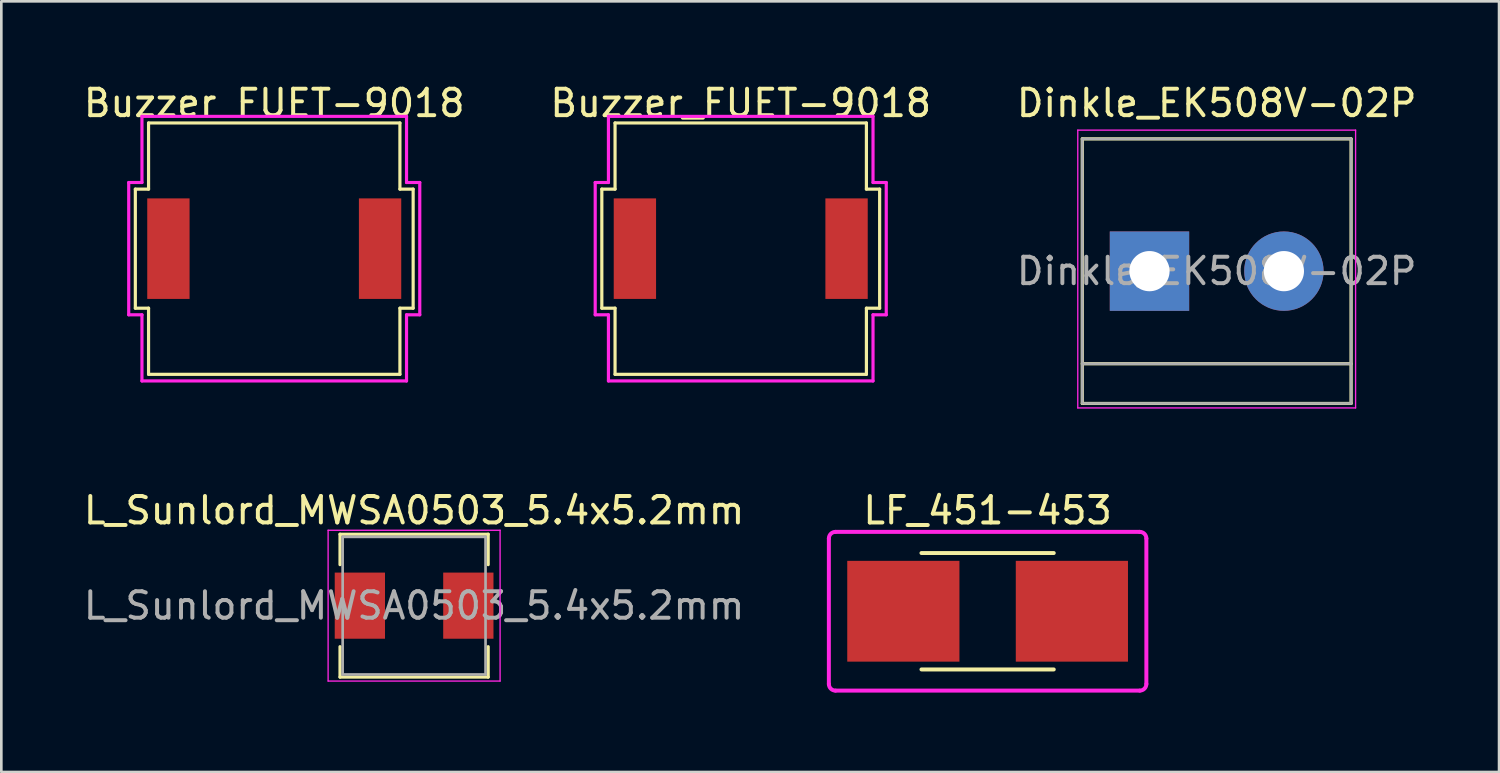
<source format=kicad_pcb>
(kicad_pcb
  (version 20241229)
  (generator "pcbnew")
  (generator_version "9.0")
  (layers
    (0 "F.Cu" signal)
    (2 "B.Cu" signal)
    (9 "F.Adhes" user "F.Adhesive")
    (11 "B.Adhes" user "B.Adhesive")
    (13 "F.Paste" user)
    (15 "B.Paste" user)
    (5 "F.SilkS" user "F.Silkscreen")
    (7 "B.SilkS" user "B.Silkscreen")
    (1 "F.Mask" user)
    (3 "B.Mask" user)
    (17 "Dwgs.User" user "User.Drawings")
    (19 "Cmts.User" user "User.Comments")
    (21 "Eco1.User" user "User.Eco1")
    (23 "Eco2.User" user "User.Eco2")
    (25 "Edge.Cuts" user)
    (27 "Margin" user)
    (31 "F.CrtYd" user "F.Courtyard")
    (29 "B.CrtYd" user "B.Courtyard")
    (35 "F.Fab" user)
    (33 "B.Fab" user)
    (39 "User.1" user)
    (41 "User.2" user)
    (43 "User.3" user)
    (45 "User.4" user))
  (footprint "Buzzer FUET-9018"
    (layer "F.Cu")
    (at 7.315 6.348)
    (property "Reference" "Buzzer FUET-9018" (at 0 -5.5 0) (layer "F.SilkS") (effects (font (size 1 1) (thickness 0.15))))
    (attr through_hole)
    (fp_line (start -5.25 -2.25) (end -5.25 2.25) (stroke (width 0.12) (type solid)) (layer "F.SilkS"))
    (fp_line (start -5.25 2.25) (end -4.75 2.25) (stroke (width 0.12) (type solid)) (layer "F.SilkS"))
    (fp_line (start -4.75 -4.75) (end -4.75 -2.25) (stroke (width 0.12) (type solid)) (layer "F.SilkS"))
    (fp_line (start -4.75 -2.25) (end -5.25 -2.25) (stroke (width 0.12) (type solid)) (layer "F.SilkS"))
    (fp_line (start -4.75 2.25) (end -4.75 4.75) (stroke (width 0.12) (type solid)) (layer "F.SilkS"))
    (fp_line (start -4.75 4.75) (end 4.75 4.75) (stroke (width 0.12) (type solid)) (layer "F.SilkS"))
    (fp_line (start 4.75 -4.75) (end -4.75 -4.75) (stroke (width 0.12) (type solid)) (layer "F.SilkS"))
    (fp_line (start 4.75 -2.25) (end 4.75 -4.75) (stroke (width 0.12) (type solid)) (layer "F.SilkS"))
    (fp_line (start 4.75 2.25) (end 5.25 2.25) (stroke (width 0.12) (type solid)) (layer "F.SilkS"))
    (fp_line (start 4.75 4.75) (end 4.75 2.25) (stroke (width 0.12) (type solid)) (layer "F.SilkS"))
    (fp_line (start 5.25 -2.25) (end 4.75 -2.25) (stroke (width 0.12) (type solid)) (layer "F.SilkS"))
    (fp_line (start 5.25 2.25) (end 5.25 -2.25) (stroke (width 0.12) (type solid)) (layer "F.SilkS"))
    (fp_line (start -5.5 -2.5) (end -5 -2.5) (stroke (width 0.12) (type solid)) (layer "F.CrtYd"))
    (fp_line (start -5.5 2.5) (end -5.5 -2.5) (stroke (width 0.12) (type solid)) (layer "F.CrtYd"))
    (fp_line (start -5 -5) (end 5 -5) (stroke (width 0.12) (type solid)) (layer "F.CrtYd"))
    (fp_line (start -5 -2.5) (end -5 -5) (stroke (width 0.12) (type solid)) (layer "F.CrtYd"))
    (fp_line (start -5 2.5) (end -5.5 2.5) (stroke (width 0.12) (type solid)) (layer "F.CrtYd"))
    (fp_line (start -5 5) (end -5 2.5) (stroke (width 0.12) (type solid)) (layer "F.CrtYd"))
    (fp_line (start 5 -5) (end 5 -2.5) (stroke (width 0.12) (type solid)) (layer "F.CrtYd"))
    (fp_line (start 5 -2.5) (end 5.5 -2.5) (stroke (width 0.12) (type solid)) (layer "F.CrtYd"))
    (fp_line (start 5 2.5) (end 5 5) (stroke (width 0.12) (type solid)) (layer "F.CrtYd"))
    (fp_line (start 5 5) (end -5 5) (stroke (width 0.12) (type solid)) (layer "F.CrtYd"))
    (fp_line (start 5.5 -2.5) (end 5.5 2.5) (stroke (width 0.12) (type solid)) (layer "F.CrtYd"))
    (fp_line (start 5.5 2.5) (end 5 2.5) (stroke (width 0.12) (type solid)) (layer "F.CrtYd"))
    (pad "1" smd rect (at -4 0) (size 1.6 3.8) (layers "F.Cu" "F.Mask" "F.Paste"))
    (pad "2" smd rect (at 4 0) (size 1.6 3.8) (layers "F.Cu" "F.Mask" "F.Paste")))
  (footprint "L_Sunlord_MWSA0503_5.4x5.2mm"
    (layer "F.Cu")
    (at 12.601 19.841)
    (property "Reference" "L_Sunlord_MWSA0503_5.4x5.2mm" (at 0 -3.6 0) (layer "F.SilkS") (effects (font (size 1 1) (thickness 0.15))))
    (attr smd)
    (fp_line (start -2.8 -2.7) (end -2.8 -1.55) (stroke (width 0.12) (type solid)) (layer "F.SilkS"))
    (fp_line (start -2.8 -2.7) (end 2.8 -2.7) (stroke (width 0.12) (type solid)) (layer "F.SilkS"))
    (fp_line (start -2.8 2.7) (end -2.8 1.55) (stroke (width 0.12) (type solid)) (layer "F.SilkS"))
    (fp_line (start -2.8 2.7) (end 2.8 2.7) (stroke (width 0.12) (type solid)) (layer "F.SilkS"))
    (fp_line (start 2.8 -2.7) (end 2.8 -1.55) (stroke (width 0.12) (type solid)) (layer "F.SilkS"))
    (fp_line (start 2.8 2.7) (end 2.8 1.55) (stroke (width 0.12) (type solid)) (layer "F.SilkS"))
    (fp_line (start -3.25 -2.85) (end 3.25 -2.85) (stroke (width 0.05) (type solid)) (layer "F.CrtYd"))
    (fp_line (start -3.25 2.85) (end -3.25 -2.85) (stroke (width 0.05) (type solid)) (layer "F.CrtYd"))
    (fp_line (start 3.25 -2.85) (end 3.25 2.85) (stroke (width 0.05) (type solid)) (layer "F.CrtYd"))
    (fp_line (start 3.25 2.85) (end -3.25 2.85) (stroke (width 0.05) (type solid)) (layer "F.CrtYd"))
    (fp_line (start -2.7 -2.6) (end 2.7 -2.6) (stroke (width 0.1) (type solid)) (layer "F.Fab"))
    (fp_line (start -2.7 2.6) (end -2.7 -2.6) (stroke (width 0.1) (type solid)) (layer "F.Fab"))
    (fp_line (start 2.7 -2.6) (end 2.7 2.6) (stroke (width 0.1) (type solid)) (layer "F.Fab"))
    (fp_line (start 2.7 2.6) (end -2.7 2.6) (stroke (width 0.1) (type solid)) (layer "F.Fab"))
    (fp_text user "${REFERENCE}" (at 0 0 0) (layer "F.Fab") (effects (font (size 1 1) (thickness 0.15))))
    (pad "1" smd rect (at -2.05 0) (size 1.9 2.5) (layers "F.Cu" "F.Mask" "F.Paste"))
    (pad "2" smd rect (at 2.05 0) (size 1.9 2.5) (layers "F.Cu" "F.Mask" "F.Paste")))
  (footprint "Dinkle_EK508V-02P"
    (layer "F.Cu")
    (at 40.395 7.198)
    (property "Reference" "Dinkle_EK508V-02P" (at 2.54 -6.35 0) (layer "F.SilkS") (effects (font (size 1 1) (thickness 0.15))))
    (attr through_hole)
    (fp_line (start -2.54 -5) (end -2.54 5) (stroke (width 0.12) (type solid)) (layer "F.SilkS"))
    (fp_line (start -2.54 5) (end 7.62 5) (stroke (width 0.12) (type solid)) (layer "F.SilkS"))
    (fp_line (start 7.62 -5) (end -2.54 -5) (stroke (width 0.12) (type solid)) (layer "F.SilkS"))
    (fp_line (start 7.62 3.5) (end -2.54 3.5) (stroke (width 0.12) (type solid)) (layer "F.SilkS"))
    (fp_line (start 7.62 5) (end 7.62 -5) (stroke (width 0.12) (type solid)) (layer "F.SilkS"))
    (fp_line (start -2.71 -5.33) (end -2.71 5.17) (stroke (width 0.05) (type solid)) (layer "F.CrtYd"))
    (fp_line (start -2.71 -5.33) (end 7.79 -5.33) (stroke (width 0.05) (type solid)) (layer "F.CrtYd"))
    (fp_line (start 7.79 5.17) (end -2.71 5.17) (stroke (width 0.05) (type solid)) (layer "F.CrtYd"))
    (fp_line (start 7.79 5.17) (end 7.79 -5.33) (stroke (width 0.05) (type solid)) (layer "F.CrtYd"))
    (fp_line (start -2.54 -5) (end -2.54 5) (stroke (width 0.1) (type solid)) (layer "F.Fab"))
    (fp_line (start -2.54 3.5) (end 7.62 3.5) (stroke (width 0.1) (type solid)) (layer "F.Fab"))
    (fp_line (start -2.46 5) (end 7.62 5) (stroke (width 0.1) (type solid)) (layer "F.Fab"))
    (fp_line (start 7.62 -5) (end -2.54 -5) (stroke (width 0.1) (type solid)) (layer "F.Fab"))
    (fp_line (start 7.62 5) (end 7.62 -5) (stroke (width 0.1) (type solid)) (layer "F.Fab"))
    (fp_text user "${REFERENCE}" (at 2.54 0 0) (layer "F.Fab") (effects (font (size 1 1) (thickness 0.15))))
    (pad "1" thru_hole rect (at 0 0) (size 3 3) (drill 1.52) (layers "*.Cu" "*.Mask"))
    (pad "2" thru_hole circle (at 5.08 0) (size 3 3) (drill 1.52) (layers "*.Cu" "*.Mask")))
  (footprint "LF_451-453"
    (layer "F.Cu")
    (at 34.277 20.052)
    (property "Reference" "LF_451-453" (at 0 -3.81 180) (layer "F.SilkS") (effects (font (size 1 1) (thickness 0.15))))
    (attr smd)
    (fp_line (start -2.5 -2.2) (end 2.5 -2.2) (stroke (width 0.15) (type solid)) (layer "F.SilkS"))
    (fp_line (start -2.5 2.2) (end 2.5 2.2) (stroke (width 0.15) (type solid)) (layer "F.SilkS"))
    (fp_line (start -6 2.75) (end -6 -2.75) (stroke (width 0.15) (type solid)) (layer "F.CrtYd"))
    (fp_line (start -5.75 -3) (end 5.75 -3) (stroke (width 0.15) (type solid)) (layer "F.CrtYd"))
    (fp_line (start 5.75 3) (end -5.75 3) (stroke (width 0.15) (type solid)) (layer "F.CrtYd"))
    (fp_line (start 6 -2.75) (end 6 2.75) (stroke (width 0.15) (type solid)) (layer "F.CrtYd"))
    (fp_arc (start -6 -2.75) (mid -5.926777 -2.926777) (end -5.75 -3) (stroke (width 0.15) (type solid)) (layer "F.CrtYd"))
    (fp_arc (start -5.75 3) (mid -5.926777 2.926777) (end -6 2.75) (stroke (width 0.15) (type solid)) (layer "F.CrtYd"))
    (fp_arc (start 5.75 -3) (mid 5.926777 -2.926777) (end 6 -2.75) (stroke (width 0.15) (type solid)) (layer "F.CrtYd"))
    (fp_arc (start 6 2.75) (mid 5.926777 2.926777) (end 5.75 3) (stroke (width 0.15) (type solid)) (layer "F.CrtYd"))
    (pad "1" smd rect (at -3.185 0) (size 4.24 3.81) (layers "F.Cu" "F.Mask" "F.Paste"))
    (pad "2" smd rect (at 3.185 0) (size 4.24 3.81) (layers "F.Cu" "F.Mask" "F.Paste")))
  (footprint "Buzzer_FUET-9018"
    (layer "F.Cu")
    (at 24.946 6.348)
    (property "Reference" "Buzzer_FUET-9018" (at 0 -5.5 0) (layer "F.SilkS") (effects (font (size 1 1) (thickness 0.15))))
    (attr through_hole)
    (fp_line (start -5.25 -2.25) (end -5.25 2.25) (stroke (width 0.12) (type solid)) (layer "F.SilkS"))
    (fp_line (start -5.25 2.25) (end -4.75 2.25) (stroke (width 0.12) (type solid)) (layer "F.SilkS"))
    (fp_line (start -4.75 -4.75) (end -4.75 -2.25) (stroke (width 0.12) (type solid)) (layer "F.SilkS"))
    (fp_line (start -4.75 -2.25) (end -5.25 -2.25) (stroke (width 0.12) (type solid)) (layer "F.SilkS"))
    (fp_line (start -4.75 2.25) (end -4.75 4.75) (stroke (width 0.12) (type solid)) (layer "F.SilkS"))
    (fp_line (start -4.75 4.75) (end 4.75 4.75) (stroke (width 0.12) (type solid)) (layer "F.SilkS"))
    (fp_line (start 4.75 -4.75) (end -4.75 -4.75) (stroke (width 0.12) (type solid)) (layer "F.SilkS"))
    (fp_line (start 4.75 -2.25) (end 4.75 -4.75) (stroke (width 0.12) (type solid)) (layer "F.SilkS"))
    (fp_line (start 4.75 2.25) (end 5.25 2.25) (stroke (width 0.12) (type solid)) (layer "F.SilkS"))
    (fp_line (start 4.75 4.75) (end 4.75 2.25) (stroke (width 0.12) (type solid)) (layer "F.SilkS"))
    (fp_line (start 5.25 -2.25) (end 4.75 -2.25) (stroke (width 0.12) (type solid)) (layer "F.SilkS"))
    (fp_line (start 5.25 2.25) (end 5.25 -2.25) (stroke (width 0.12) (type solid)) (layer "F.SilkS"))
    (fp_line (start -5.5 -2.5) (end -5 -2.5) (stroke (width 0.12) (type solid)) (layer "F.CrtYd"))
    (fp_line (start -5.5 2.5) (end -5.5 -2.5) (stroke (width 0.12) (type solid)) (layer "F.CrtYd"))
    (fp_line (start -5 -5) (end 5 -5) (stroke (width 0.12) (type solid)) (layer "F.CrtYd"))
    (fp_line (start -5 -2.5) (end -5 -5) (stroke (width 0.12) (type solid)) (layer "F.CrtYd"))
    (fp_line (start -5 2.5) (end -5.5 2.5) (stroke (width 0.12) (type solid)) (layer "F.CrtYd"))
    (fp_line (start -5 5) (end -5 2.5) (stroke (width 0.12) (type solid)) (layer "F.CrtYd"))
    (fp_line (start 5 -5) (end 5 -2.5) (stroke (width 0.12) (type solid)) (layer "F.CrtYd"))
    (fp_line (start 5 -2.5) (end 5.5 -2.5) (stroke (width 0.12) (type solid)) (layer "F.CrtYd"))
    (fp_line (start 5 2.5) (end 5 5) (stroke (width 0.12) (type solid)) (layer "F.CrtYd"))
    (fp_line (start 5 5) (end -5 5) (stroke (width 0.12) (type solid)) (layer "F.CrtYd"))
    (fp_line (start 5.5 -2.5) (end 5.5 2.5) (stroke (width 0.12) (type solid)) (layer "F.CrtYd"))
    (fp_line (start 5.5 2.5) (end 5 2.5) (stroke (width 0.12) (type solid)) (layer "F.CrtYd"))
    (pad "1" smd rect (at -4 0) (size 1.6 3.8) (layers "F.Cu" "F.Mask" "F.Paste"))
    (pad "2" smd rect (at 4 0) (size 1.6 3.8) (layers "F.Cu" "F.Mask" "F.Paste")))
  (gr_rect
    (start -3 -3)
    (end 53.607 26.127)
    (stroke (width 0.1) (type default))
    (fill no)
    (layer "Edge.Cuts")))
</source>
